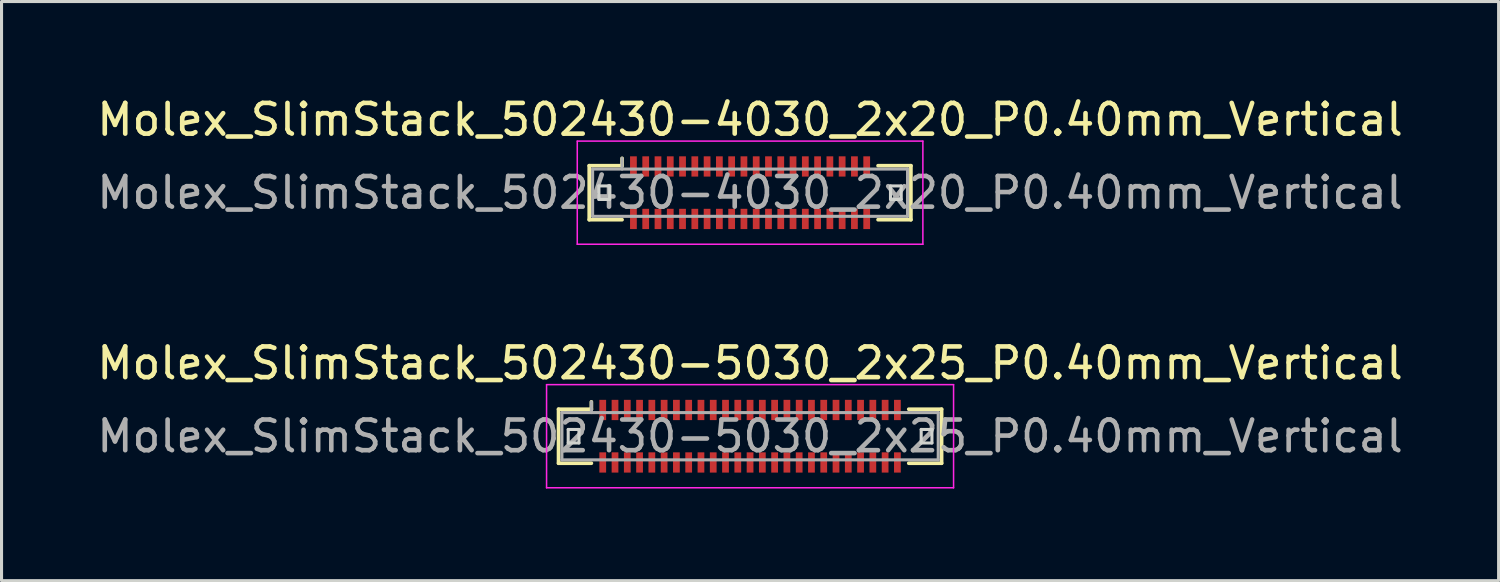
<source format=kicad_pcb>
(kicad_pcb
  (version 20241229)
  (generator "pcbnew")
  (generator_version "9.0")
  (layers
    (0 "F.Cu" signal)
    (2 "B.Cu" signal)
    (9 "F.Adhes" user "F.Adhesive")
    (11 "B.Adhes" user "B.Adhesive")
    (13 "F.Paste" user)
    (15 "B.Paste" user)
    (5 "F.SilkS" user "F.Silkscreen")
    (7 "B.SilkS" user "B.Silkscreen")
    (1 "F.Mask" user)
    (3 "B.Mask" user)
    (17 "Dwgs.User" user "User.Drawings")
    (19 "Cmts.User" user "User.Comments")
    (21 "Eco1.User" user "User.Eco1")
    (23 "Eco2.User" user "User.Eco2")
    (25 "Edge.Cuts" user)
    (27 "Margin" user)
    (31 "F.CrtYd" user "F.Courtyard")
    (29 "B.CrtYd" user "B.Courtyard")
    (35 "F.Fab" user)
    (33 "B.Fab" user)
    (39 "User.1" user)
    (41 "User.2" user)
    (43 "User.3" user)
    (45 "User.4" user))
  (footprint "Molex_SlimStack_502430-4030_2x20_P0.40mm_Vertical"
    (layer "F.Cu")
    (at 21.387 3.228)
    (property "Reference" "Molex_SlimStack_502430-4030_2x20_P0.40mm_Vertical" (at 0 -2.38 0) (layer "F.SilkS") (effects (font (size 1 1) (thickness 0.15))))
    (attr smd)
    (fp_line (start -5.24 -0.88) (end -4.17 -0.88) (stroke (width 0.12) (type solid)) (layer "F.SilkS"))
    (fp_line (start -5.24 0.88) (end -5.24 -0.88) (stroke (width 0.12) (type solid)) (layer "F.SilkS"))
    (fp_line (start -4.17 -0.88) (end -4.17 -1.12) (stroke (width 0.12) (type solid)) (layer "F.SilkS"))
    (fp_line (start -4.17 0.88) (end -5.24 0.88) (stroke (width 0.12) (type solid)) (layer "F.SilkS"))
    (fp_line (start 4.17 0.88) (end 5.24 0.88) (stroke (width 0.12) (type solid)) (layer "F.SilkS"))
    (fp_line (start 5.24 -0.88) (end 4.17 -0.88) (stroke (width 0.12) (type solid)) (layer "F.SilkS"))
    (fp_line (start 5.24 0.88) (end 5.24 -0.88) (stroke (width 0.12) (type solid)) (layer "F.SilkS"))
    (fp_line (start -4.925 -0.22) (end -4.925 0.22) (stroke (width 0.1) (type solid)) (layer "Edge.Cuts"))
    (fp_line (start -4.925 0.22) (end -4.575 0.22) (stroke (width 0.1) (type solid)) (layer "Edge.Cuts"))
    (fp_line (start -4.575 -0.22) (end -4.925 -0.22) (stroke (width 0.1) (type solid)) (layer "Edge.Cuts"))
    (fp_line (start -4.575 0.22) (end -4.575 -0.22) (stroke (width 0.1) (type solid)) (layer "Edge.Cuts"))
    (fp_line (start 4.575 -0.22) (end 4.575 0.22) (stroke (width 0.1) (type solid)) (layer "Edge.Cuts"))
    (fp_line (start 4.575 0.22) (end 4.925 0.22) (stroke (width 0.1) (type solid)) (layer "Edge.Cuts"))
    (fp_line (start 4.925 -0.22) (end 4.575 -0.22) (stroke (width 0.1) (type solid)) (layer "Edge.Cuts"))
    (fp_line (start 4.925 0.22) (end 4.925 -0.22) (stroke (width 0.1) (type solid)) (layer "Edge.Cuts"))
    (fp_line (start -5.63 -1.68) (end -5.63 1.68) (stroke (width 0.05) (type solid)) (layer "F.CrtYd"))
    (fp_line (start -5.63 1.68) (end 5.63 1.68) (stroke (width 0.05) (type solid)) (layer "F.CrtYd"))
    (fp_line (start 5.63 -1.68) (end -5.63 -1.68) (stroke (width 0.05) (type solid)) (layer "F.CrtYd"))
    (fp_line (start 5.63 1.68) (end 5.63 -1.68) (stroke (width 0.05) (type solid)) (layer "F.CrtYd"))
    (fp_line (start -5.13 -0.77) (end -5.13 0.77) (stroke (width 0.1) (type solid)) (layer "F.Fab"))
    (fp_line (start -5.13 0.77) (end 5.13 0.77) (stroke (width 0.1) (type solid)) (layer "F.Fab"))
    (fp_line (start -4.17 -0.77) (end -4.17 -1.12) (stroke (width 0.1) (type solid)) (layer "F.Fab"))
    (fp_line (start 5.13 -0.77) (end -5.13 -0.77) (stroke (width 0.1) (type solid)) (layer "F.Fab"))
    (fp_line (start 5.13 0.77) (end 5.13 -0.77) (stroke (width 0.1) (type solid)) (layer "F.Fab"))
    (fp_text user "${REFERENCE}" (at 0 0 0) (layer "F.Fab") (effects (font (size 1 1) (thickness 0.15))))
    (pad "1" smd rect (at -3.8 -0.855) (size 0.22 0.66) (layers "F.Cu" "F.Mask" "F.Paste"))
    (pad "2" smd rect (at -3.8 0.855) (size 0.22 0.66) (layers "F.Cu" "F.Mask" "F.Paste"))
    (pad "3" smd rect (at -3.4 -0.855) (size 0.22 0.66) (layers "F.Cu" "F.Mask" "F.Paste"))
    (pad "4" smd rect (at -3.4 0.855) (size 0.22 0.66) (layers "F.Cu" "F.Mask" "F.Paste"))
    (pad "5" smd rect (at -3 -0.855) (size 0.22 0.66) (layers "F.Cu" "F.Mask" "F.Paste"))
    (pad "6" smd rect (at -3 0.855) (size 0.22 0.66) (layers "F.Cu" "F.Mask" "F.Paste"))
    (pad "7" smd rect (at -2.6 -0.855) (size 0.22 0.66) (layers "F.Cu" "F.Mask" "F.Paste"))
    (pad "8" smd rect (at -2.6 0.855) (size 0.22 0.66) (layers "F.Cu" "F.Mask" "F.Paste"))
    (pad "9" smd rect (at -2.2 -0.855) (size 0.22 0.66) (layers "F.Cu" "F.Mask" "F.Paste"))
    (pad "10" smd rect (at -2.2 0.855) (size 0.22 0.66) (layers "F.Cu" "F.Mask" "F.Paste"))
    (pad "11" smd rect (at -1.8 -0.855) (size 0.22 0.66) (layers "F.Cu" "F.Mask" "F.Paste"))
    (pad "12" smd rect (at -1.8 0.855) (size 0.22 0.66) (layers "F.Cu" "F.Mask" "F.Paste"))
    (pad "13" smd rect (at -1.4 -0.855) (size 0.22 0.66) (layers "F.Cu" "F.Mask" "F.Paste"))
    (pad "14" smd rect (at -1.4 0.855) (size 0.22 0.66) (layers "F.Cu" "F.Mask" "F.Paste"))
    (pad "15" smd rect (at -1 -0.855) (size 0.22 0.66) (layers "F.Cu" "F.Mask" "F.Paste"))
    (pad "16" smd rect (at -1 0.855) (size 0.22 0.66) (layers "F.Cu" "F.Mask" "F.Paste"))
    (pad "17" smd rect (at -0.6 -0.855) (size 0.22 0.66) (layers "F.Cu" "F.Mask" "F.Paste"))
    (pad "18" smd rect (at -0.6 0.855) (size 0.22 0.66) (layers "F.Cu" "F.Mask" "F.Paste"))
    (pad "19" smd rect (at -0.2 -0.855) (size 0.22 0.66) (layers "F.Cu" "F.Mask" "F.Paste"))
    (pad "20" smd rect (at -0.2 0.855) (size 0.22 0.66) (layers "F.Cu" "F.Mask" "F.Paste"))
    (pad "21" smd rect (at 0.2 -0.855) (size 0.22 0.66) (layers "F.Cu" "F.Mask" "F.Paste"))
    (pad "22" smd rect (at 0.2 0.855) (size 0.22 0.66) (layers "F.Cu" "F.Mask" "F.Paste"))
    (pad "23" smd rect (at 0.6 -0.855) (size 0.22 0.66) (layers "F.Cu" "F.Mask" "F.Paste"))
    (pad "24" smd rect (at 0.6 0.855) (size 0.22 0.66) (layers "F.Cu" "F.Mask" "F.Paste"))
    (pad "25" smd rect (at 1 -0.855) (size 0.22 0.66) (layers "F.Cu" "F.Mask" "F.Paste"))
    (pad "26" smd rect (at 1 0.855) (size 0.22 0.66) (layers "F.Cu" "F.Mask" "F.Paste"))
    (pad "27" smd rect (at 1.4 -0.855) (size 0.22 0.66) (layers "F.Cu" "F.Mask" "F.Paste"))
    (pad "28" smd rect (at 1.4 0.855) (size 0.22 0.66) (layers "F.Cu" "F.Mask" "F.Paste"))
    (pad "29" smd rect (at 1.8 -0.855) (size 0.22 0.66) (layers "F.Cu" "F.Mask" "F.Paste"))
    (pad "30" smd rect (at 1.8 0.855) (size 0.22 0.66) (layers "F.Cu" "F.Mask" "F.Paste"))
    (pad "31" smd rect (at 2.2 -0.855) (size 0.22 0.66) (layers "F.Cu" "F.Mask" "F.Paste"))
    (pad "32" smd rect (at 2.2 0.855) (size 0.22 0.66) (layers "F.Cu" "F.Mask" "F.Paste"))
    (pad "33" smd rect (at 2.6 -0.855) (size 0.22 0.66) (layers "F.Cu" "F.Mask" "F.Paste"))
    (pad "34" smd rect (at 2.6 0.855) (size 0.22 0.66) (layers "F.Cu" "F.Mask" "F.Paste"))
    (pad "35" smd rect (at 3 -0.855) (size 0.22 0.66) (layers "F.Cu" "F.Mask" "F.Paste"))
    (pad "36" smd rect (at 3 0.855) (size 0.22 0.66) (layers "F.Cu" "F.Mask" "F.Paste"))
    (pad "37" smd rect (at 3.4 -0.855) (size 0.22 0.66) (layers "F.Cu" "F.Mask" "F.Paste"))
    (pad "38" smd rect (at 3.4 0.855) (size 0.22 0.66) (layers "F.Cu" "F.Mask" "F.Paste"))
    (pad "39" smd rect (at 3.8 -0.855) (size 0.22 0.66) (layers "F.Cu" "F.Mask" "F.Paste"))
    (pad "40" smd rect (at 3.8 0.855) (size 0.22 0.66) (layers "F.Cu" "F.Mask" "F.Paste")))
  (footprint "Molex_SlimStack_502430-5030_2x25_P0.40mm_Vertical"
    (layer "F.Cu")
    (at 21.387 11.162)
    (property "Reference" "Molex_SlimStack_502430-5030_2x25_P0.40mm_Vertical" (at 0 -2.38 0) (layer "F.SilkS") (effects (font (size 1 1) (thickness 0.15))))
    (attr smd)
    (fp_line (start -6.24 -0.88) (end -5.17 -0.88) (stroke (width 0.12) (type solid)) (layer "F.SilkS"))
    (fp_line (start -6.24 0.88) (end -6.24 -0.88) (stroke (width 0.12) (type solid)) (layer "F.SilkS"))
    (fp_line (start -5.17 -0.88) (end -5.17 -1.12) (stroke (width 0.12) (type solid)) (layer "F.SilkS"))
    (fp_line (start -5.17 0.88) (end -6.24 0.88) (stroke (width 0.12) (type solid)) (layer "F.SilkS"))
    (fp_line (start 5.17 0.88) (end 6.24 0.88) (stroke (width 0.12) (type solid)) (layer "F.SilkS"))
    (fp_line (start 6.24 -0.88) (end 5.17 -0.88) (stroke (width 0.12) (type solid)) (layer "F.SilkS"))
    (fp_line (start 6.24 0.88) (end 6.24 -0.88) (stroke (width 0.12) (type solid)) (layer "F.SilkS"))
    (fp_line (start -5.925 -0.22) (end -5.925 0.22) (stroke (width 0.1) (type solid)) (layer "Edge.Cuts"))
    (fp_line (start -5.925 0.22) (end -5.575 0.22) (stroke (width 0.1) (type solid)) (layer "Edge.Cuts"))
    (fp_line (start -5.575 -0.22) (end -5.925 -0.22) (stroke (width 0.1) (type solid)) (layer "Edge.Cuts"))
    (fp_line (start -5.575 0.22) (end -5.575 -0.22) (stroke (width 0.1) (type solid)) (layer "Edge.Cuts"))
    (fp_line (start 5.575 -0.22) (end 5.575 0.22) (stroke (width 0.1) (type solid)) (layer "Edge.Cuts"))
    (fp_line (start 5.575 0.22) (end 5.925 0.22) (stroke (width 0.1) (type solid)) (layer "Edge.Cuts"))
    (fp_line (start 5.925 -0.22) (end 5.575 -0.22) (stroke (width 0.1) (type solid)) (layer "Edge.Cuts"))
    (fp_line (start 5.925 0.22) (end 5.925 -0.22) (stroke (width 0.1) (type solid)) (layer "Edge.Cuts"))
    (fp_line (start -6.63 -1.68) (end -6.63 1.68) (stroke (width 0.05) (type solid)) (layer "F.CrtYd"))
    (fp_line (start -6.63 1.68) (end 6.63 1.68) (stroke (width 0.05) (type solid)) (layer "F.CrtYd"))
    (fp_line (start 6.63 -1.68) (end -6.63 -1.68) (stroke (width 0.05) (type solid)) (layer "F.CrtYd"))
    (fp_line (start 6.63 1.68) (end 6.63 -1.68) (stroke (width 0.05) (type solid)) (layer "F.CrtYd"))
    (fp_line (start -6.13 -0.77) (end -6.13 0.77) (stroke (width 0.1) (type solid)) (layer "F.Fab"))
    (fp_line (start -6.13 0.77) (end 6.13 0.77) (stroke (width 0.1) (type solid)) (layer "F.Fab"))
    (fp_line (start -5.17 -0.77) (end -5.17 -1.12) (stroke (width 0.1) (type solid)) (layer "F.Fab"))
    (fp_line (start 6.13 -0.77) (end -6.13 -0.77) (stroke (width 0.1) (type solid)) (layer "F.Fab"))
    (fp_line (start 6.13 0.77) (end 6.13 -0.77) (stroke (width 0.1) (type solid)) (layer "F.Fab"))
    (fp_text user "${REFERENCE}" (at 0 0 0) (layer "F.Fab") (effects (font (size 1 1) (thickness 0.15))))
    (pad "1" smd rect (at -4.8 -0.855) (size 0.22 0.66) (layers "F.Cu" "F.Mask" "F.Paste"))
    (pad "2" smd rect (at -4.8 0.855) (size 0.22 0.66) (layers "F.Cu" "F.Mask" "F.Paste"))
    (pad "3" smd rect (at -4.4 -0.855) (size 0.22 0.66) (layers "F.Cu" "F.Mask" "F.Paste"))
    (pad "4" smd rect (at -4.4 0.855) (size 0.22 0.66) (layers "F.Cu" "F.Mask" "F.Paste"))
    (pad "5" smd rect (at -4 -0.855) (size 0.22 0.66) (layers "F.Cu" "F.Mask" "F.Paste"))
    (pad "6" smd rect (at -4 0.855) (size 0.22 0.66) (layers "F.Cu" "F.Mask" "F.Paste"))
    (pad "7" smd rect (at -3.6 -0.855) (size 0.22 0.66) (layers "F.Cu" "F.Mask" "F.Paste"))
    (pad "8" smd rect (at -3.6 0.855) (size 0.22 0.66) (layers "F.Cu" "F.Mask" "F.Paste"))
    (pad "9" smd rect (at -3.2 -0.855) (size 0.22 0.66) (layers "F.Cu" "F.Mask" "F.Paste"))
    (pad "10" smd rect (at -3.2 0.855) (size 0.22 0.66) (layers "F.Cu" "F.Mask" "F.Paste"))
    (pad "11" smd rect (at -2.8 -0.855) (size 0.22 0.66) (layers "F.Cu" "F.Mask" "F.Paste"))
    (pad "12" smd rect (at -2.8 0.855) (size 0.22 0.66) (layers "F.Cu" "F.Mask" "F.Paste"))
    (pad "13" smd rect (at -2.4 -0.855) (size 0.22 0.66) (layers "F.Cu" "F.Mask" "F.Paste"))
    (pad "14" smd rect (at -2.4 0.855) (size 0.22 0.66) (layers "F.Cu" "F.Mask" "F.Paste"))
    (pad "15" smd rect (at -2 -0.855) (size 0.22 0.66) (layers "F.Cu" "F.Mask" "F.Paste"))
    (pad "16" smd rect (at -2 0.855) (size 0.22 0.66) (layers "F.Cu" "F.Mask" "F.Paste"))
    (pad "17" smd rect (at -1.6 -0.855) (size 0.22 0.66) (layers "F.Cu" "F.Mask" "F.Paste"))
    (pad "18" smd rect (at -1.6 0.855) (size 0.22 0.66) (layers "F.Cu" "F.Mask" "F.Paste"))
    (pad "19" smd rect (at -1.2 -0.855) (size 0.22 0.66) (layers "F.Cu" "F.Mask" "F.Paste"))
    (pad "20" smd rect (at -1.2 0.855) (size 0.22 0.66) (layers "F.Cu" "F.Mask" "F.Paste"))
    (pad "21" smd rect (at -0.8 -0.855) (size 0.22 0.66) (layers "F.Cu" "F.Mask" "F.Paste"))
    (pad "22" smd rect (at -0.8 0.855) (size 0.22 0.66) (layers "F.Cu" "F.Mask" "F.Paste"))
    (pad "23" smd rect (at -0.4 -0.855) (size 0.22 0.66) (layers "F.Cu" "F.Mask" "F.Paste"))
    (pad "24" smd rect (at -0.4 0.855) (size 0.22 0.66) (layers "F.Cu" "F.Mask" "F.Paste"))
    (pad "25" smd rect (at 0 -0.855) (size 0.22 0.66) (layers "F.Cu" "F.Mask" "F.Paste"))
    (pad "26" smd rect (at 0 0.855) (size 0.22 0.66) (layers "F.Cu" "F.Mask" "F.Paste"))
    (pad "27" smd rect (at 0.4 -0.855) (size 0.22 0.66) (layers "F.Cu" "F.Mask" "F.Paste"))
    (pad "28" smd rect (at 0.4 0.855) (size 0.22 0.66) (layers "F.Cu" "F.Mask" "F.Paste"))
    (pad "29" smd rect (at 0.8 -0.855) (size 0.22 0.66) (layers "F.Cu" "F.Mask" "F.Paste"))
    (pad "30" smd rect (at 0.8 0.855) (size 0.22 0.66) (layers "F.Cu" "F.Mask" "F.Paste"))
    (pad "31" smd rect (at 1.2 -0.855) (size 0.22 0.66) (layers "F.Cu" "F.Mask" "F.Paste"))
    (pad "32" smd rect (at 1.2 0.855) (size 0.22 0.66) (layers "F.Cu" "F.Mask" "F.Paste"))
    (pad "33" smd rect (at 1.6 -0.855) (size 0.22 0.66) (layers "F.Cu" "F.Mask" "F.Paste"))
    (pad "34" smd rect (at 1.6 0.855) (size 0.22 0.66) (layers "F.Cu" "F.Mask" "F.Paste"))
    (pad "35" smd rect (at 2 -0.855) (size 0.22 0.66) (layers "F.Cu" "F.Mask" "F.Paste"))
    (pad "36" smd rect (at 2 0.855) (size 0.22 0.66) (layers "F.Cu" "F.Mask" "F.Paste"))
    (pad "37" smd rect (at 2.4 -0.855) (size 0.22 0.66) (layers "F.Cu" "F.Mask" "F.Paste"))
    (pad "38" smd rect (at 2.4 0.855) (size 0.22 0.66) (layers "F.Cu" "F.Mask" "F.Paste"))
    (pad "39" smd rect (at 2.8 -0.855) (size 0.22 0.66) (layers "F.Cu" "F.Mask" "F.Paste"))
    (pad "40" smd rect (at 2.8 0.855) (size 0.22 0.66) (layers "F.Cu" "F.Mask" "F.Paste"))
    (pad "41" smd rect (at 3.2 -0.855) (size 0.22 0.66) (layers "F.Cu" "F.Mask" "F.Paste"))
    (pad "42" smd rect (at 3.2 0.855) (size 0.22 0.66) (layers "F.Cu" "F.Mask" "F.Paste"))
    (pad "43" smd rect (at 3.6 -0.855) (size 0.22 0.66) (layers "F.Cu" "F.Mask" "F.Paste"))
    (pad "44" smd rect (at 3.6 0.855) (size 0.22 0.66) (layers "F.Cu" "F.Mask" "F.Paste"))
    (pad "45" smd rect (at 4 -0.855) (size 0.22 0.66) (layers "F.Cu" "F.Mask" "F.Paste"))
    (pad "46" smd rect (at 4 0.855) (size 0.22 0.66) (layers "F.Cu" "F.Mask" "F.Paste"))
    (pad "47" smd rect (at 4.4 -0.855) (size 0.22 0.66) (layers "F.Cu" "F.Mask" "F.Paste"))
    (pad "48" smd rect (at 4.4 0.855) (size 0.22 0.66) (layers "F.Cu" "F.Mask" "F.Paste"))
    (pad "49" smd rect (at 4.8 -0.855) (size 0.22 0.66) (layers "F.Cu" "F.Mask" "F.Paste"))
    (pad "50" smd rect (at 4.8 0.855) (size 0.22 0.66) (layers "F.Cu" "F.Mask" "F.Paste")))
  (gr_rect
    (start -3 -3)
    (end 45.774 15.867)
    (stroke (width 0.1) (type default))
    (fill no)
    (layer "Edge.Cuts")))
</source>
